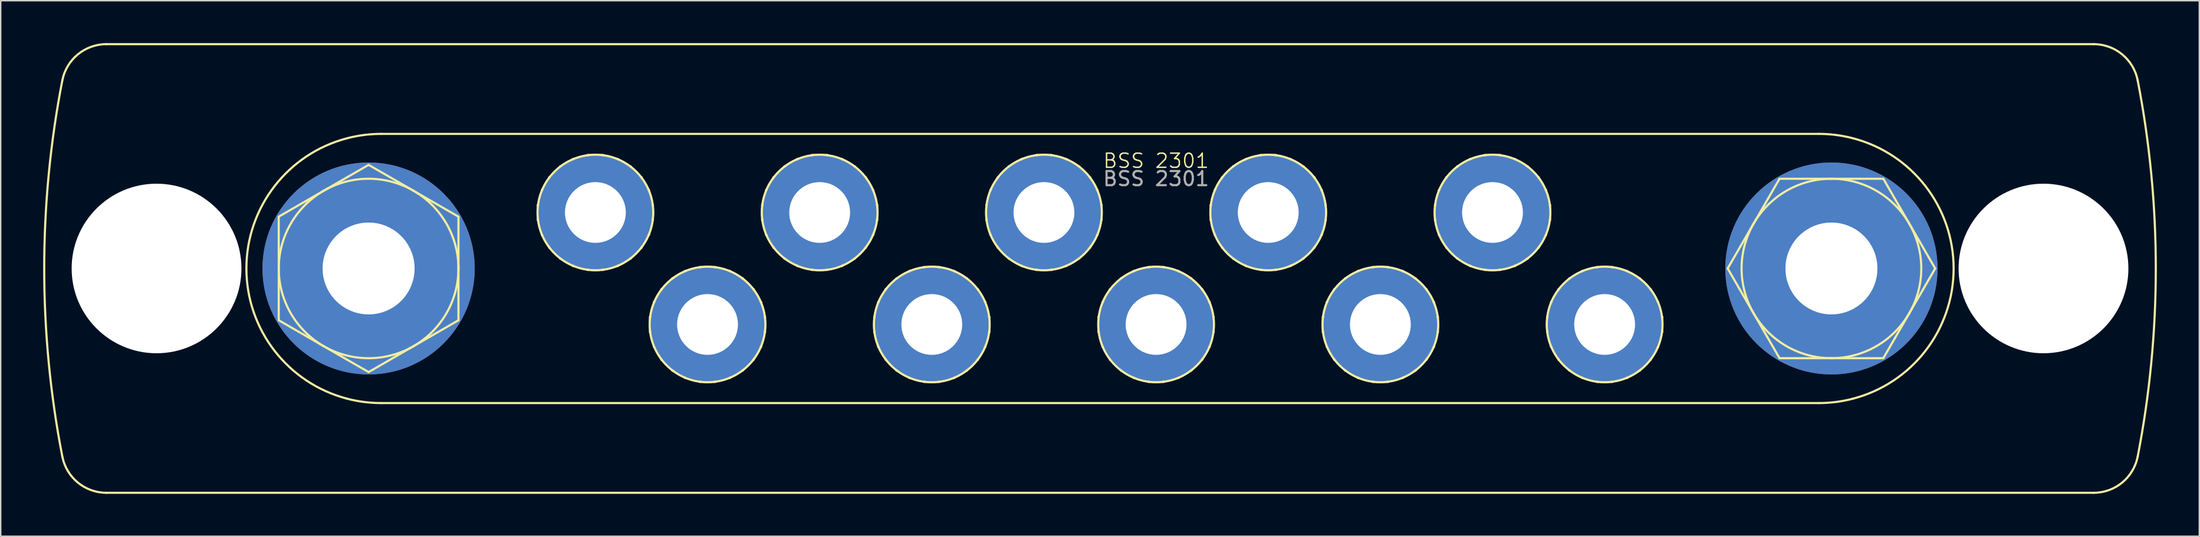
<source format=kicad_pcb>
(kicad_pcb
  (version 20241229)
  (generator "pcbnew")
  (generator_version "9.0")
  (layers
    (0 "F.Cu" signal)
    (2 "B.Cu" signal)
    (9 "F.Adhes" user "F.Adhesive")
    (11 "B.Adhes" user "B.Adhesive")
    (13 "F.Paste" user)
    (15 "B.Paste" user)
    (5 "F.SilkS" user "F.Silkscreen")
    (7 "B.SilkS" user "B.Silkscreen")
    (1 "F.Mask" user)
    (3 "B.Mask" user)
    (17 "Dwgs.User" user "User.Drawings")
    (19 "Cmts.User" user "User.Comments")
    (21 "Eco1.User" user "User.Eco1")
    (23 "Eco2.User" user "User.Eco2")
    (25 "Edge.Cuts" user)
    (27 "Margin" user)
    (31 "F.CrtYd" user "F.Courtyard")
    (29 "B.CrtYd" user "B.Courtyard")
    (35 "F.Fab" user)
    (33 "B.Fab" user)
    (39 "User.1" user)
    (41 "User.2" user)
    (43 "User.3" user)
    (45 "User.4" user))
  (footprint "BSS 2301"
    (layer "F.Cu")
    (at 78.65 15.95)
    (property "Reference" "BSS 2301" (at 0 -7.62 0) (unlocked yes) (layer "F.SilkS") (effects (font (size 1 1) (thickness 0.1))))
    (attr through_hole)
    (fp_line (start -74.181 15.875) (end 66.256 15.875) (stroke (width 0.15) (type solid)) (layer "F.SilkS"))
    (fp_line (start -70.637 0) (end -72.669 0) (stroke (width 0.2) (type solid)) (layer "F.SilkS"))
    (fp_line (start -70.637 0) (end -70.637 -2.032) (stroke (width 0.2) (type solid)) (layer "F.SilkS"))
    (fp_line (start -70.637 0) (end -70.637 2.032) (stroke (width 0.2) (type solid)) (layer "F.SilkS"))
    (fp_line (start -70.637 0) (end -68.605 0) (stroke (width 0.2) (type solid)) (layer "F.SilkS"))
    (fp_line (start -62.001 -3.666) (end -60.454 -4.56) (stroke (width 0.15) (type solid)) (layer "F.SilkS"))
    (fp_line (start -62.001 0) (end -62.001 -3.666) (stroke (width 0.15) (type solid)) (layer "F.SilkS"))
    (fp_line (start -62.001 3.666) (end -62.001 0) (stroke (width 0.15) (type solid)) (layer "F.SilkS"))
    (fp_line (start -60.555 4.501) (end -62.001 3.666) (stroke (width 0.15) (type solid)) (layer "F.SilkS"))
    (fp_line (start -60.454 -4.56) (end -58.826 -5.499) (stroke (width 0.15) (type solid)) (layer "F.SilkS"))
    (fp_line (start -59.102 5.34) (end -60.555 4.501) (stroke (width 0.15) (type solid)) (layer "F.SilkS"))
    (fp_line (start -58.826 -5.499) (end -58.551 -5.658) (stroke (width 0.15) (type solid)) (layer "F.SilkS"))
    (fp_line (start -58.826 5.499) (end -59.102 5.34) (stroke (width 0.15) (type solid)) (layer "F.SilkS"))
    (fp_line (start -58.551 -5.658) (end -57.098 -6.497) (stroke (width 0.15) (type solid)) (layer "F.SilkS"))
    (fp_line (start -57.199 6.439) (end -58.826 5.499) (stroke (width 0.15) (type solid)) (layer "F.SilkS"))
    (fp_line (start -57.098 -6.497) (end -55.651 -7.332) (stroke (width 0.15) (type solid)) (layer "F.SilkS"))
    (fp_line (start -55.651 0) (end -57.683 0) (stroke (width 0.2) (type solid)) (layer "F.SilkS"))
    (fp_line (start -55.651 0) (end -55.651 -2.032) (stroke (width 0.2) (type solid)) (layer "F.SilkS"))
    (fp_line (start -55.651 0) (end -55.651 2.032) (stroke (width 0.2) (type solid)) (layer "F.SilkS"))
    (fp_line (start -55.651 0) (end -53.619 0) (stroke (width 0.2) (type solid)) (layer "F.SilkS"))
    (fp_line (start -55.651 -7.332) (end -52.476 -5.499) (stroke (width 0.15) (type solid)) (layer "F.SilkS"))
    (fp_line (start -55.651 7.332) (end -57.199 6.439) (stroke (width 0.15) (type solid)) (layer "F.SilkS"))
    (fp_line (start -54.762 -9.525) (end 46.838 -9.525) (stroke (width 0.15) (type solid)) (layer "F.SilkS"))
    (fp_line (start -54.205 6.497) (end -55.651 7.332) (stroke (width 0.15) (type solid)) (layer "F.SilkS"))
    (fp_line (start -52.752 5.658) (end -54.205 6.497) (stroke (width 0.15) (type solid)) (layer "F.SilkS"))
    (fp_line (start -52.476 -5.499) (end -52.201 -5.34) (stroke (width 0.15) (type solid)) (layer "F.SilkS"))
    (fp_line (start -52.476 5.499) (end -52.752 5.658) (stroke (width 0.15) (type solid)) (layer "F.SilkS"))
    (fp_line (start -52.201 -5.34) (end -50.748 -4.501) (stroke (width 0.15) (type solid)) (layer "F.SilkS"))
    (fp_line (start -50.849 4.56) (end -52.476 5.499) (stroke (width 0.15) (type solid)) (layer "F.SilkS"))
    (fp_line (start -50.748 -4.501) (end -49.301 -3.666) (stroke (width 0.15) (type solid)) (layer "F.SilkS"))
    (fp_line (start -49.301 0) (end -49.301 -3.666) (stroke (width 0.15) (type solid)) (layer "F.SilkS"))
    (fp_line (start -49.301 3.666) (end -50.849 4.56) (stroke (width 0.15) (type solid)) (layer "F.SilkS"))
    (fp_line (start -49.301 3.666) (end -49.301 0) (stroke (width 0.15) (type solid)) (layer "F.SilkS"))
    (fp_line (start -43.688 -4.417) (end -43.688 -4.501) (stroke (width 0.15) (type solid)) (layer "F.SilkS"))
    (fp_line (start -43.688 -3.424) (end -43.688 -3.507) (stroke (width 0.15) (type solid)) (layer "F.SilkS"))
    (fp_line (start -43.688 -3.424) (end -43.678 -3.423) (stroke (width 0.15) (type solid)) (layer "F.SilkS"))
    (fp_line (start -43.678 -4.502) (end -43.688 -4.501) (stroke (width 0.15) (type solid)) (layer "F.SilkS"))
    (fp_line (start -43.413 -5.528) (end -43.404 -5.522) (stroke (width 0.15) (type solid)) (layer "F.SilkS"))
    (fp_line (start -43.413 -5.528) (end -43.371 -5.6) (stroke (width 0.15) (type solid)) (layer "F.SilkS"))
    (fp_line (start -43.404 -2.402) (end -43.413 -2.397) (stroke (width 0.15) (type solid)) (layer "F.SilkS"))
    (fp_line (start -43.371 -2.325) (end -43.413 -2.397) (stroke (width 0.15) (type solid)) (layer "F.SilkS"))
    (fp_line (start -42.916 -6.389) (end -42.874 -6.461) (stroke (width 0.15) (type solid)) (layer "F.SilkS"))
    (fp_line (start -42.874 -1.464) (end -42.916 -1.536) (stroke (width 0.15) (type solid)) (layer "F.SilkS"))
    (fp_line (start -42.874 -1.464) (end -42.865 -1.469) (stroke (width 0.15) (type solid)) (layer "F.SilkS"))
    (fp_line (start -42.865 -6.456) (end -42.874 -6.461) (stroke (width 0.15) (type solid)) (layer "F.SilkS"))
    (fp_line (start -42.123 -7.213) (end -42.118 -7.203) (stroke (width 0.15) (type solid)) (layer "F.SilkS"))
    (fp_line (start -42.123 -7.213) (end -42.05 -7.254) (stroke (width 0.15) (type solid)) (layer "F.SilkS"))
    (fp_line (start -42.118 -0.721) (end -42.123 -0.712) (stroke (width 0.15) (type solid)) (layer "F.SilkS"))
    (fp_line (start -42.05 -0.67) (end -42.123 -0.712) (stroke (width 0.15) (type solid)) (layer "F.SilkS"))
    (fp_line (start -41.262 -7.709) (end -41.189 -7.751) (stroke (width 0.15) (type solid)) (layer "F.SilkS"))
    (fp_line (start -41.189 -0.173) (end -41.262 -0.215) (stroke (width 0.15) (type solid)) (layer "F.SilkS"))
    (fp_line (start -41.189 -0.173) (end -41.184 -0.182) (stroke (width 0.15) (type solid)) (layer "F.SilkS"))
    (fp_line (start -41.184 -7.743) (end -41.189 -7.751) (stroke (width 0.15) (type solid)) (layer "F.SilkS"))
    (fp_line (start -40.163 0.091) (end -40.163 0.102) (stroke (width 0.15) (type solid)) (layer "F.SilkS"))
    (fp_line (start -40.163 -8.026) (end -40.163 -8.016) (stroke (width 0.15) (type solid)) (layer "F.SilkS"))
    (fp_line (start -40.163 -8.026) (end -40.079 -8.026) (stroke (width 0.15) (type solid)) (layer "F.SilkS"))
    (fp_line (start -40.079 0.102) (end -40.163 0.102) (stroke (width 0.15) (type solid)) (layer "F.SilkS"))
    (fp_line (start -39.624 -3.962) (end -41.656 -3.962) (stroke (width 0.2) (type solid)) (layer "F.SilkS"))
    (fp_line (start -39.624 -3.962) (end -39.624 -5.994) (stroke (width 0.2) (type solid)) (layer "F.SilkS"))
    (fp_line (start -39.624 -3.962) (end -39.624 -1.93) (stroke (width 0.2) (type solid)) (layer "F.SilkS"))
    (fp_line (start -39.624 -3.962) (end -37.592 -3.962) (stroke (width 0.2) (type solid)) (layer "F.SilkS"))
    (fp_line (start -39.169 -8.026) (end -39.085 -8.026) (stroke (width 0.15) (type solid)) (layer "F.SilkS"))
    (fp_line (start -39.085 0.102) (end -39.169 0.102) (stroke (width 0.15) (type solid)) (layer "F.SilkS"))
    (fp_line (start -39.085 0.102) (end -39.085 0.091) (stroke (width 0.15) (type solid)) (layer "F.SilkS"))
    (fp_line (start -39.085 -8.016) (end -39.085 -8.026) (stroke (width 0.15) (type solid)) (layer "F.SilkS"))
    (fp_line (start -38.064 -0.182) (end -38.059 -0.173) (stroke (width 0.15) (type solid)) (layer "F.SilkS"))
    (fp_line (start -38.059 -7.751) (end -38.064 -7.743) (stroke (width 0.15) (type solid)) (layer "F.SilkS"))
    (fp_line (start -38.059 -7.751) (end -37.986 -7.709) (stroke (width 0.15) (type solid)) (layer "F.SilkS"))
    (fp_line (start -37.986 -0.215) (end -38.059 -0.173) (stroke (width 0.15) (type solid)) (layer "F.SilkS"))
    (fp_line (start -37.198 -7.254) (end -37.125 -7.213) (stroke (width 0.15) (type solid)) (layer "F.SilkS"))
    (fp_line (start -37.13 -7.203) (end -37.125 -7.213) (stroke (width 0.15) (type solid)) (layer "F.SilkS"))
    (fp_line (start -37.125 -0.712) (end -37.198 -0.67) (stroke (width 0.15) (type solid)) (layer "F.SilkS"))
    (fp_line (start -37.125 -0.712) (end -37.13 -0.721) (stroke (width 0.15) (type solid)) (layer "F.SilkS"))
    (fp_line (start -36.383 -1.469) (end -36.374 -1.464) (stroke (width 0.15) (type solid)) (layer "F.SilkS"))
    (fp_line (start -36.374 -6.461) (end -36.383 -6.456) (stroke (width 0.15) (type solid)) (layer "F.SilkS"))
    (fp_line (start -36.374 -6.461) (end -36.332 -6.389) (stroke (width 0.15) (type solid)) (layer "F.SilkS"))
    (fp_line (start -36.332 -1.536) (end -36.374 -1.464) (stroke (width 0.15) (type solid)) (layer "F.SilkS"))
    (fp_line (start -35.877 -5.6) (end -35.835 -5.528) (stroke (width 0.15) (type solid)) (layer "F.SilkS"))
    (fp_line (start -35.844 -5.522) (end -35.835 -5.528) (stroke (width 0.15) (type solid)) (layer "F.SilkS"))
    (fp_line (start -35.835 -2.397) (end -35.877 -2.325) (stroke (width 0.15) (type solid)) (layer "F.SilkS"))
    (fp_line (start -35.835 -2.397) (end -35.844 -2.402) (stroke (width 0.15) (type solid)) (layer "F.SilkS"))
    (fp_line (start -35.763 3.507) (end -35.763 3.424) (stroke (width 0.15) (type solid)) (layer "F.SilkS"))
    (fp_line (start -35.763 4.501) (end -35.763 4.417) (stroke (width 0.15) (type solid)) (layer "F.SilkS"))
    (fp_line (start -35.763 4.501) (end -35.753 4.502) (stroke (width 0.15) (type solid)) (layer "F.SilkS"))
    (fp_line (start -35.753 3.423) (end -35.763 3.424) (stroke (width 0.15) (type solid)) (layer "F.SilkS"))
    (fp_line (start -35.57 -3.423) (end -35.56 -3.424) (stroke (width 0.15) (type solid)) (layer "F.SilkS"))
    (fp_line (start -35.56 -4.501) (end -35.57 -4.502) (stroke (width 0.15) (type solid)) (layer "F.SilkS"))
    (fp_line (start -35.56 -4.501) (end -35.56 -4.417) (stroke (width 0.15) (type solid)) (layer "F.SilkS"))
    (fp_line (start -35.56 -3.507) (end -35.56 -3.424) (stroke (width 0.15) (type solid)) (layer "F.SilkS"))
    (fp_line (start -35.488 2.397) (end -35.479 2.402) (stroke (width 0.15) (type solid)) (layer "F.SilkS"))
    (fp_line (start -35.488 2.397) (end -35.446 2.325) (stroke (width 0.15) (type solid)) (layer "F.SilkS"))
    (fp_line (start -35.479 5.522) (end -35.488 5.528) (stroke (width 0.15) (type solid)) (layer "F.SilkS"))
    (fp_line (start -35.446 5.6) (end -35.488 5.528) (stroke (width 0.15) (type solid)) (layer "F.SilkS"))
    (fp_line (start -34.991 1.536) (end -34.949 1.464) (stroke (width 0.15) (type solid)) (layer "F.SilkS"))
    (fp_line (start -34.949 6.461) (end -34.991 6.389) (stroke (width 0.15) (type solid)) (layer "F.SilkS"))
    (fp_line (start -34.949 6.461) (end -34.94 6.456) (stroke (width 0.15) (type solid)) (layer "F.SilkS"))
    (fp_line (start -34.94 1.469) (end -34.949 1.464) (stroke (width 0.15) (type solid)) (layer "F.SilkS"))
    (fp_line (start -34.198 0.712) (end -34.193 0.721) (stroke (width 0.15) (type solid)) (layer "F.SilkS"))
    (fp_line (start -34.198 0.712) (end -34.125 0.67) (stroke (width 0.15) (type solid)) (layer "F.SilkS"))
    (fp_line (start -34.193 7.203) (end -34.198 7.213) (stroke (width 0.15) (type solid)) (layer "F.SilkS"))
    (fp_line (start -34.125 7.254) (end -34.198 7.213) (stroke (width 0.15) (type solid)) (layer "F.SilkS"))
    (fp_line (start -33.337 0.215) (end -33.265 0.173) (stroke (width 0.15) (type solid)) (layer "F.SilkS"))
    (fp_line (start -33.265 7.751) (end -33.337 7.709) (stroke (width 0.15) (type solid)) (layer "F.SilkS"))
    (fp_line (start -33.265 7.751) (end -33.259 7.743) (stroke (width 0.15) (type solid)) (layer "F.SilkS"))
    (fp_line (start -33.259 0.182) (end -33.265 0.173) (stroke (width 0.15) (type solid)) (layer "F.SilkS"))
    (fp_line (start -32.238 8.016) (end -32.238 8.026) (stroke (width 0.15) (type solid)) (layer "F.SilkS"))
    (fp_line (start -32.238 -0.102) (end -32.238 -0.091) (stroke (width 0.15) (type solid)) (layer "F.SilkS"))
    (fp_line (start -32.238 -0.102) (end -32.154 -0.102) (stroke (width 0.15) (type solid)) (layer "F.SilkS"))
    (fp_line (start -32.154 8.026) (end -32.238 8.026) (stroke (width 0.15) (type solid)) (layer "F.SilkS"))
    (fp_line (start -31.699 3.962) (end -33.731 3.962) (stroke (width 0.2) (type solid)) (layer "F.SilkS"))
    (fp_line (start -31.699 3.962) (end -31.699 1.93) (stroke (width 0.2) (type solid)) (layer "F.SilkS"))
    (fp_line (start -31.699 3.962) (end -31.699 5.994) (stroke (width 0.2) (type solid)) (layer "F.SilkS"))
    (fp_line (start -31.699 3.962) (end -29.667 3.962) (stroke (width 0.2) (type solid)) (layer "F.SilkS"))
    (fp_line (start -31.244 -0.102) (end -31.16 -0.102) (stroke (width 0.15) (type solid)) (layer "F.SilkS"))
    (fp_line (start -31.16 8.026) (end -31.244 8.026) (stroke (width 0.15) (type solid)) (layer "F.SilkS"))
    (fp_line (start -31.16 8.026) (end -31.16 8.016) (stroke (width 0.15) (type solid)) (layer "F.SilkS"))
    (fp_line (start -31.16 -0.091) (end -31.16 -0.102) (stroke (width 0.15) (type solid)) (layer "F.SilkS"))
    (fp_line (start -30.139 7.743) (end -30.134 7.751) (stroke (width 0.15) (type solid)) (layer "F.SilkS"))
    (fp_line (start -30.134 0.173) (end -30.139 0.182) (stroke (width 0.15) (type solid)) (layer "F.SilkS"))
    (fp_line (start -30.134 0.173) (end -30.061 0.215) (stroke (width 0.15) (type solid)) (layer "F.SilkS"))
    (fp_line (start -30.061 7.709) (end -30.134 7.751) (stroke (width 0.15) (type solid)) (layer "F.SilkS"))
    (fp_line (start -29.273 0.67) (end -29.201 0.712) (stroke (width 0.15) (type solid)) (layer "F.SilkS"))
    (fp_line (start -29.205 0.721) (end -29.201 0.712) (stroke (width 0.15) (type solid)) (layer "F.SilkS"))
    (fp_line (start -29.201 7.213) (end -29.273 7.254) (stroke (width 0.15) (type solid)) (layer "F.SilkS"))
    (fp_line (start -29.201 7.213) (end -29.205 7.203) (stroke (width 0.15) (type solid)) (layer "F.SilkS"))
    (fp_line (start -28.458 6.456) (end -28.449 6.461) (stroke (width 0.15) (type solid)) (layer "F.SilkS"))
    (fp_line (start -28.449 1.464) (end -28.458 1.469) (stroke (width 0.15) (type solid)) (layer "F.SilkS"))
    (fp_line (start -28.449 1.464) (end -28.407 1.536) (stroke (width 0.15) (type solid)) (layer "F.SilkS"))
    (fp_line (start -28.407 6.389) (end -28.449 6.461) (stroke (width 0.15) (type solid)) (layer "F.SilkS"))
    (fp_line (start -27.952 2.325) (end -27.91 2.397) (stroke (width 0.15) (type solid)) (layer "F.SilkS"))
    (fp_line (start -27.919 2.402) (end -27.91 2.397) (stroke (width 0.15) (type solid)) (layer "F.SilkS"))
    (fp_line (start -27.91 5.528) (end -27.952 5.6) (stroke (width 0.15) (type solid)) (layer "F.SilkS"))
    (fp_line (start -27.91 5.528) (end -27.919 5.522) (stroke (width 0.15) (type solid)) (layer "F.SilkS"))
    (fp_line (start -27.838 -4.417) (end -27.838 -4.501) (stroke (width 0.15) (type solid)) (layer "F.SilkS"))
    (fp_line (start -27.838 -3.424) (end -27.838 -3.507) (stroke (width 0.15) (type solid)) (layer "F.SilkS"))
    (fp_line (start -27.838 -3.424) (end -27.828 -3.423) (stroke (width 0.15) (type solid)) (layer "F.SilkS"))
    (fp_line (start -27.828 -4.502) (end -27.838 -4.501) (stroke (width 0.15) (type solid)) (layer "F.SilkS"))
    (fp_line (start -27.645 4.502) (end -27.635 4.501) (stroke (width 0.15) (type solid)) (layer "F.SilkS"))
    (fp_line (start -27.635 3.424) (end -27.645 3.423) (stroke (width 0.15) (type solid)) (layer "F.SilkS"))
    (fp_line (start -27.635 3.424) (end -27.635 3.507) (stroke (width 0.15) (type solid)) (layer "F.SilkS"))
    (fp_line (start -27.635 4.417) (end -27.635 4.501) (stroke (width 0.15) (type solid)) (layer "F.SilkS"))
    (fp_line (start -27.563 -5.528) (end -27.555 -5.522) (stroke (width 0.15) (type solid)) (layer "F.SilkS"))
    (fp_line (start -27.563 -5.528) (end -27.521 -5.6) (stroke (width 0.15) (type solid)) (layer "F.SilkS"))
    (fp_line (start -27.555 -2.402) (end -27.563 -2.397) (stroke (width 0.15) (type solid)) (layer "F.SilkS"))
    (fp_line (start -27.521 -2.325) (end -27.563 -2.397) (stroke (width 0.15) (type solid)) (layer "F.SilkS"))
    (fp_line (start -27.066 -6.389) (end -27.025 -6.461) (stroke (width 0.15) (type solid)) (layer "F.SilkS"))
    (fp_line (start -27.025 -1.464) (end -27.066 -1.536) (stroke (width 0.15) (type solid)) (layer "F.SilkS"))
    (fp_line (start -27.025 -1.464) (end -27.015 -1.469) (stroke (width 0.15) (type solid)) (layer "F.SilkS"))
    (fp_line (start -27.015 -6.456) (end -27.025 -6.461) (stroke (width 0.15) (type solid)) (layer "F.SilkS"))
    (fp_line (start -26.273 -7.213) (end -26.268 -7.203) (stroke (width 0.15) (type solid)) (layer "F.SilkS"))
    (fp_line (start -26.273 -7.213) (end -26.201 -7.254) (stroke (width 0.15) (type solid)) (layer "F.SilkS"))
    (fp_line (start -26.268 -0.721) (end -26.273 -0.712) (stroke (width 0.15) (type solid)) (layer "F.SilkS"))
    (fp_line (start -26.201 -0.67) (end -26.273 -0.712) (stroke (width 0.15) (type solid)) (layer "F.SilkS"))
    (fp_line (start -25.412 -7.709) (end -25.34 -7.751) (stroke (width 0.15) (type solid)) (layer "F.SilkS"))
    (fp_line (start -25.34 -0.173) (end -25.412 -0.215) (stroke (width 0.15) (type solid)) (layer "F.SilkS"))
    (fp_line (start -25.34 -0.173) (end -25.334 -0.182) (stroke (width 0.15) (type solid)) (layer "F.SilkS"))
    (fp_line (start -25.334 -7.743) (end -25.34 -7.751) (stroke (width 0.15) (type solid)) (layer "F.SilkS"))
    (fp_line (start -24.314 0.091) (end -24.313 0.102) (stroke (width 0.15) (type solid)) (layer "F.SilkS"))
    (fp_line (start -24.313 -8.026) (end -24.314 -8.016) (stroke (width 0.15) (type solid)) (layer "F.SilkS"))
    (fp_line (start -24.313 -8.026) (end -24.229 -8.026) (stroke (width 0.15) (type solid)) (layer "F.SilkS"))
    (fp_line (start -24.229 0.102) (end -24.313 0.102) (stroke (width 0.15) (type solid)) (layer "F.SilkS"))
    (fp_line (start -23.774 -3.962) (end -25.806 -3.962) (stroke (width 0.2) (type solid)) (layer "F.SilkS"))
    (fp_line (start -23.774 -3.962) (end -23.774 -5.994) (stroke (width 0.2) (type solid)) (layer "F.SilkS"))
    (fp_line (start -23.774 -3.962) (end -23.774 -1.93) (stroke (width 0.2) (type solid)) (layer "F.SilkS"))
    (fp_line (start -23.774 -3.962) (end -21.742 -3.962) (stroke (width 0.2) (type solid)) (layer "F.SilkS"))
    (fp_line (start -23.319 -8.026) (end -23.236 -8.026) (stroke (width 0.15) (type solid)) (layer "F.SilkS"))
    (fp_line (start -23.236 0.102) (end -23.319 0.102) (stroke (width 0.15) (type solid)) (layer "F.SilkS"))
    (fp_line (start -23.236 0.102) (end -23.235 0.091) (stroke (width 0.15) (type solid)) (layer "F.SilkS"))
    (fp_line (start -23.235 -8.016) (end -23.236 -8.026) (stroke (width 0.15) (type solid)) (layer "F.SilkS"))
    (fp_line (start -22.214 -0.182) (end -22.209 -0.173) (stroke (width 0.15) (type solid)) (layer "F.SilkS"))
    (fp_line (start -22.209 -7.751) (end -22.214 -7.743) (stroke (width 0.15) (type solid)) (layer "F.SilkS"))
    (fp_line (start -22.209 -7.751) (end -22.137 -7.709) (stroke (width 0.15) (type solid)) (layer "F.SilkS"))
    (fp_line (start -22.137 -0.215) (end -22.209 -0.173) (stroke (width 0.15) (type solid)) (layer "F.SilkS"))
    (fp_line (start -21.348 -7.254) (end -21.276 -7.213) (stroke (width 0.15) (type solid)) (layer "F.SilkS"))
    (fp_line (start -21.281 -7.203) (end -21.276 -7.213) (stroke (width 0.15) (type solid)) (layer "F.SilkS"))
    (fp_line (start -21.276 -0.712) (end -21.348 -0.67) (stroke (width 0.15) (type solid)) (layer "F.SilkS"))
    (fp_line (start -21.276 -0.712) (end -21.281 -0.721) (stroke (width 0.15) (type solid)) (layer "F.SilkS"))
    (fp_line (start -20.533 -1.469) (end -20.524 -1.464) (stroke (width 0.15) (type solid)) (layer "F.SilkS"))
    (fp_line (start -20.524 -6.461) (end -20.533 -6.456) (stroke (width 0.15) (type solid)) (layer "F.SilkS"))
    (fp_line (start -20.524 -6.461) (end -20.482 -6.389) (stroke (width 0.15) (type solid)) (layer "F.SilkS"))
    (fp_line (start -20.482 -1.536) (end -20.524 -1.464) (stroke (width 0.15) (type solid)) (layer "F.SilkS"))
    (fp_line (start -20.027 -5.6) (end -19.985 -5.528) (stroke (width 0.15) (type solid)) (layer "F.SilkS"))
    (fp_line (start -19.994 -5.522) (end -19.985 -5.528) (stroke (width 0.15) (type solid)) (layer "F.SilkS"))
    (fp_line (start -19.985 -2.397) (end -20.027 -2.325) (stroke (width 0.15) (type solid)) (layer "F.SilkS"))
    (fp_line (start -19.985 -2.397) (end -19.994 -2.402) (stroke (width 0.15) (type solid)) (layer "F.SilkS"))
    (fp_line (start -19.914 3.507) (end -19.914 3.424) (stroke (width 0.15) (type solid)) (layer "F.SilkS"))
    (fp_line (start -19.914 4.501) (end -19.914 4.417) (stroke (width 0.15) (type solid)) (layer "F.SilkS"))
    (fp_line (start -19.914 4.501) (end -19.903 4.502) (stroke (width 0.15) (type solid)) (layer "F.SilkS"))
    (fp_line (start -19.903 3.423) (end -19.914 3.424) (stroke (width 0.15) (type solid)) (layer "F.SilkS"))
    (fp_line (start -19.721 -3.423) (end -19.71 -3.424) (stroke (width 0.15) (type solid)) (layer "F.SilkS"))
    (fp_line (start -19.71 -4.501) (end -19.721 -4.502) (stroke (width 0.15) (type solid)) (layer "F.SilkS"))
    (fp_line (start -19.71 -4.501) (end -19.71 -4.417) (stroke (width 0.15) (type solid)) (layer "F.SilkS"))
    (fp_line (start -19.71 -3.507) (end -19.71 -3.424) (stroke (width 0.15) (type solid)) (layer "F.SilkS"))
    (fp_line (start -19.639 2.397) (end -19.63 2.402) (stroke (width 0.15) (type solid)) (layer "F.SilkS"))
    (fp_line (start -19.639 2.397) (end -19.597 2.325) (stroke (width 0.15) (type solid)) (layer "F.SilkS"))
    (fp_line (start -19.63 5.522) (end -19.639 5.528) (stroke (width 0.15) (type solid)) (layer "F.SilkS"))
    (fp_line (start -19.597 5.6) (end -19.639 5.528) (stroke (width 0.15) (type solid)) (layer "F.SilkS"))
    (fp_line (start -19.142 1.536) (end -19.1 1.464) (stroke (width 0.15) (type solid)) (layer "F.SilkS"))
    (fp_line (start -19.1 6.461) (end -19.142 6.389) (stroke (width 0.15) (type solid)) (layer "F.SilkS"))
    (fp_line (start -19.1 6.461) (end -19.091 6.456) (stroke (width 0.15) (type solid)) (layer "F.SilkS"))
    (fp_line (start -19.091 1.469) (end -19.1 1.464) (stroke (width 0.15) (type solid)) (layer "F.SilkS"))
    (fp_line (start -18.348 0.712) (end -18.343 0.721) (stroke (width 0.15) (type solid)) (layer "F.SilkS"))
    (fp_line (start -18.348 0.712) (end -18.276 0.67) (stroke (width 0.15) (type solid)) (layer "F.SilkS"))
    (fp_line (start -18.343 7.203) (end -18.348 7.213) (stroke (width 0.15) (type solid)) (layer "F.SilkS"))
    (fp_line (start -18.276 7.254) (end -18.348 7.213) (stroke (width 0.15) (type solid)) (layer "F.SilkS"))
    (fp_line (start -17.487 0.215) (end -17.415 0.173) (stroke (width 0.15) (type solid)) (layer "F.SilkS"))
    (fp_line (start -17.415 7.751) (end -17.487 7.709) (stroke (width 0.15) (type solid)) (layer "F.SilkS"))
    (fp_line (start -17.415 7.751) (end -17.41 7.743) (stroke (width 0.15) (type solid)) (layer "F.SilkS"))
    (fp_line (start -17.41 0.182) (end -17.415 0.173) (stroke (width 0.15) (type solid)) (layer "F.SilkS"))
    (fp_line (start -16.389 8.016) (end -16.388 8.026) (stroke (width 0.15) (type solid)) (layer "F.SilkS"))
    (fp_line (start -16.388 -0.102) (end -16.389 -0.091) (stroke (width 0.15) (type solid)) (layer "F.SilkS"))
    (fp_line (start -16.388 -0.102) (end -16.305 -0.102) (stroke (width 0.15) (type solid)) (layer "F.SilkS"))
    (fp_line (start -16.305 8.026) (end -16.388 8.026) (stroke (width 0.15) (type solid)) (layer "F.SilkS"))
    (fp_line (start -15.85 3.962) (end -17.882 3.962) (stroke (width 0.2) (type solid)) (layer "F.SilkS"))
    (fp_line (start -15.85 3.962) (end -15.85 1.93) (stroke (width 0.2) (type solid)) (layer "F.SilkS"))
    (fp_line (start -15.85 3.962) (end -15.85 5.994) (stroke (width 0.2) (type solid)) (layer "F.SilkS"))
    (fp_line (start -15.85 3.962) (end -13.818 3.962) (stroke (width 0.2) (type solid)) (layer "F.SilkS"))
    (fp_line (start -15.395 -0.102) (end -15.311 -0.102) (stroke (width 0.15) (type solid)) (layer "F.SilkS"))
    (fp_line (start -15.311 8.026) (end -15.395 8.026) (stroke (width 0.15) (type solid)) (layer "F.SilkS"))
    (fp_line (start -15.311 8.026) (end -15.31 8.016) (stroke (width 0.15) (type solid)) (layer "F.SilkS"))
    (fp_line (start -15.31 -0.091) (end -15.311 -0.102) (stroke (width 0.15) (type solid)) (layer "F.SilkS"))
    (fp_line (start -14.29 7.743) (end -14.284 7.751) (stroke (width 0.15) (type solid)) (layer "F.SilkS"))
    (fp_line (start -14.284 0.173) (end -14.29 0.182) (stroke (width 0.15) (type solid)) (layer "F.SilkS"))
    (fp_line (start -14.284 0.173) (end -14.212 0.215) (stroke (width 0.15) (type solid)) (layer "F.SilkS"))
    (fp_line (start -14.212 7.709) (end -14.284 7.751) (stroke (width 0.15) (type solid)) (layer "F.SilkS"))
    (fp_line (start -13.423 0.67) (end -13.351 0.712) (stroke (width 0.15) (type solid)) (layer "F.SilkS"))
    (fp_line (start -13.356 0.721) (end -13.351 0.712) (stroke (width 0.15) (type solid)) (layer "F.SilkS"))
    (fp_line (start -13.351 7.213) (end -13.423 7.254) (stroke (width 0.15) (type solid)) (layer "F.SilkS"))
    (fp_line (start -13.351 7.213) (end -13.356 7.203) (stroke (width 0.15) (type solid)) (layer "F.SilkS"))
    (fp_line (start -12.609 6.456) (end -12.599 6.461) (stroke (width 0.15) (type solid)) (layer "F.SilkS"))
    (fp_line (start -12.599 1.464) (end -12.609 1.469) (stroke (width 0.15) (type solid)) (layer "F.SilkS"))
    (fp_line (start -12.599 1.464) (end -12.558 1.536) (stroke (width 0.15) (type solid)) (layer "F.SilkS"))
    (fp_line (start -12.558 6.389) (end -12.599 6.461) (stroke (width 0.15) (type solid)) (layer "F.SilkS"))
    (fp_line (start -12.103 2.325) (end -12.061 2.397) (stroke (width 0.15) (type solid)) (layer "F.SilkS"))
    (fp_line (start -12.069 2.402) (end -12.061 2.397) (stroke (width 0.15) (type solid)) (layer "F.SilkS"))
    (fp_line (start -12.061 5.528) (end -12.103 5.6) (stroke (width 0.15) (type solid)) (layer "F.SilkS"))
    (fp_line (start -12.061 5.528) (end -12.069 5.522) (stroke (width 0.15) (type solid)) (layer "F.SilkS"))
    (fp_line (start -11.989 -4.417) (end -11.989 -4.501) (stroke (width 0.15) (type solid)) (layer "F.SilkS"))
    (fp_line (start -11.989 -3.424) (end -11.989 -3.507) (stroke (width 0.15) (type solid)) (layer "F.SilkS"))
    (fp_line (start -11.989 -3.424) (end -11.979 -3.423) (stroke (width 0.15) (type solid)) (layer "F.SilkS"))
    (fp_line (start -11.979 -4.502) (end -11.989 -4.501) (stroke (width 0.15) (type solid)) (layer "F.SilkS"))
    (fp_line (start -11.796 4.502) (end -11.786 4.501) (stroke (width 0.15) (type solid)) (layer "F.SilkS"))
    (fp_line (start -11.786 3.424) (end -11.796 3.423) (stroke (width 0.15) (type solid)) (layer "F.SilkS"))
    (fp_line (start -11.786 3.424) (end -11.786 3.507) (stroke (width 0.15) (type solid)) (layer "F.SilkS"))
    (fp_line (start -11.786 4.417) (end -11.786 4.501) (stroke (width 0.15) (type solid)) (layer "F.SilkS"))
    (fp_line (start -11.714 -5.528) (end -11.705 -5.522) (stroke (width 0.15) (type solid)) (layer "F.SilkS"))
    (fp_line (start -11.714 -5.528) (end -11.672 -5.6) (stroke (width 0.15) (type solid)) (layer "F.SilkS"))
    (fp_line (start -11.705 -2.402) (end -11.714 -2.397) (stroke (width 0.15) (type solid)) (layer "F.SilkS"))
    (fp_line (start -11.672 -2.325) (end -11.714 -2.397) (stroke (width 0.15) (type solid)) (layer "F.SilkS"))
    (fp_line (start -11.217 -6.389) (end -11.175 -6.461) (stroke (width 0.15) (type solid)) (layer "F.SilkS"))
    (fp_line (start -11.175 -1.464) (end -11.217 -1.536) (stroke (width 0.15) (type solid)) (layer "F.SilkS"))
    (fp_line (start -11.175 -1.464) (end -11.166 -1.469) (stroke (width 0.15) (type solid)) (layer "F.SilkS"))
    (fp_line (start -11.166 -6.456) (end -11.175 -6.461) (stroke (width 0.15) (type solid)) (layer "F.SilkS"))
    (fp_line (start -10.423 -7.213) (end -10.419 -7.203) (stroke (width 0.15) (type solid)) (layer "F.SilkS"))
    (fp_line (start -10.423 -7.213) (end -10.351 -7.254) (stroke (width 0.15) (type solid)) (layer "F.SilkS"))
    (fp_line (start -10.419 -0.721) (end -10.423 -0.712) (stroke (width 0.15) (type solid)) (layer "F.SilkS"))
    (fp_line (start -10.351 -0.67) (end -10.423 -0.712) (stroke (width 0.15) (type solid)) (layer "F.SilkS"))
    (fp_line (start -9.563 -7.709) (end -9.49 -7.751) (stroke (width 0.15) (type solid)) (layer "F.SilkS"))
    (fp_line (start -9.49 -0.173) (end -9.563 -0.215) (stroke (width 0.15) (type solid)) (layer "F.SilkS"))
    (fp_line (start -9.49 -0.173) (end -9.485 -0.182) (stroke (width 0.15) (type solid)) (layer "F.SilkS"))
    (fp_line (start -9.485 -7.743) (end -9.49 -7.751) (stroke (width 0.15) (type solid)) (layer "F.SilkS"))
    (fp_line (start -8.464 0.091) (end -8.464 0.102) (stroke (width 0.15) (type solid)) (layer "F.SilkS"))
    (fp_line (start -8.464 -8.026) (end -8.464 -8.016) (stroke (width 0.15) (type solid)) (layer "F.SilkS"))
    (fp_line (start -8.464 -8.026) (end -8.38 -8.026) (stroke (width 0.15) (type solid)) (layer "F.SilkS"))
    (fp_line (start -8.38 0.102) (end -8.464 0.102) (stroke (width 0.15) (type solid)) (layer "F.SilkS"))
    (fp_line (start -7.925 -3.962) (end -9.957 -3.962) (stroke (width 0.2) (type solid)) (layer "F.SilkS"))
    (fp_line (start -7.925 -3.962) (end -7.925 -5.994) (stroke (width 0.2) (type solid)) (layer "F.SilkS"))
    (fp_line (start -7.925 -3.962) (end -7.925 -1.93) (stroke (width 0.2) (type solid)) (layer "F.SilkS"))
    (fp_line (start -7.925 -3.962) (end -5.893 -3.962) (stroke (width 0.2) (type solid)) (layer "F.SilkS"))
    (fp_line (start -7.47 -8.026) (end -7.386 -8.026) (stroke (width 0.15) (type solid)) (layer "F.SilkS"))
    (fp_line (start -7.386 0.102) (end -7.47 0.102) (stroke (width 0.15) (type solid)) (layer "F.SilkS"))
    (fp_line (start -7.386 0.102) (end -7.386 0.091) (stroke (width 0.15) (type solid)) (layer "F.SilkS"))
    (fp_line (start -7.386 -8.016) (end -7.386 -8.026) (stroke (width 0.15) (type solid)) (layer "F.SilkS"))
    (fp_line (start -6.365 -0.182) (end -6.359 -0.173) (stroke (width 0.15) (type solid)) (layer "F.SilkS"))
    (fp_line (start -6.359 -7.751) (end -6.365 -7.743) (stroke (width 0.15) (type solid)) (layer "F.SilkS"))
    (fp_line (start -6.359 -7.751) (end -6.287 -7.709) (stroke (width 0.15) (type solid)) (layer "F.SilkS"))
    (fp_line (start -6.287 -0.215) (end -6.359 -0.173) (stroke (width 0.15) (type solid)) (layer "F.SilkS"))
    (fp_line (start -5.499 -7.254) (end -5.426 -7.213) (stroke (width 0.15) (type solid)) (layer "F.SilkS"))
    (fp_line (start -5.431 -7.203) (end -5.426 -7.213) (stroke (width 0.15) (type solid)) (layer "F.SilkS"))
    (fp_line (start -5.426 -0.712) (end -5.499 -0.67) (stroke (width 0.15) (type solid)) (layer "F.SilkS"))
    (fp_line (start -5.426 -0.712) (end -5.431 -0.721) (stroke (width 0.15) (type solid)) (layer "F.SilkS"))
    (fp_line (start -4.684 -1.469) (end -4.675 -1.464) (stroke (width 0.15) (type solid)) (layer "F.SilkS"))
    (fp_line (start -4.675 -6.461) (end -4.684 -6.456) (stroke (width 0.15) (type solid)) (layer "F.SilkS"))
    (fp_line (start -4.675 -6.461) (end -4.633 -6.389) (stroke (width 0.15) (type solid)) (layer "F.SilkS"))
    (fp_line (start -4.633 -1.536) (end -4.675 -1.464) (stroke (width 0.15) (type solid)) (layer "F.SilkS"))
    (fp_line (start -4.178 -5.6) (end -4.136 -5.528) (stroke (width 0.15) (type solid)) (layer "F.SilkS"))
    (fp_line (start -4.145 -5.522) (end -4.136 -5.528) (stroke (width 0.15) (type solid)) (layer "F.SilkS"))
    (fp_line (start -4.136 -2.397) (end -4.178 -2.325) (stroke (width 0.15) (type solid)) (layer "F.SilkS"))
    (fp_line (start -4.136 -2.397) (end -4.145 -2.402) (stroke (width 0.15) (type solid)) (layer "F.SilkS"))
    (fp_line (start -4.064 3.507) (end -4.064 3.424) (stroke (width 0.15) (type solid)) (layer "F.SilkS"))
    (fp_line (start -4.064 4.501) (end -4.064 4.417) (stroke (width 0.15) (type solid)) (layer "F.SilkS"))
    (fp_line (start -4.064 4.501) (end -4.054 4.502) (stroke (width 0.15) (type solid)) (layer "F.SilkS"))
    (fp_line (start -4.054 3.423) (end -4.064 3.424) (stroke (width 0.15) (type solid)) (layer "F.SilkS"))
    (fp_line (start -3.871 -3.423) (end -3.861 -3.424) (stroke (width 0.15) (type solid)) (layer "F.SilkS"))
    (fp_line (start -3.861 -4.501) (end -3.871 -4.502) (stroke (width 0.15) (type solid)) (layer "F.SilkS"))
    (fp_line (start -3.861 -4.501) (end -3.861 -4.417) (stroke (width 0.15) (type solid)) (layer "F.SilkS"))
    (fp_line (start -3.861 -3.507) (end -3.861 -3.424) (stroke (width 0.15) (type solid)) (layer "F.SilkS"))
    (fp_line (start -3.789 2.397) (end -3.78 2.402) (stroke (width 0.15) (type solid)) (layer "F.SilkS"))
    (fp_line (start -3.789 2.397) (end -3.747 2.325) (stroke (width 0.15) (type solid)) (layer "F.SilkS"))
    (fp_line (start -3.78 5.522) (end -3.789 5.528) (stroke (width 0.15) (type solid)) (layer "F.SilkS"))
    (fp_line (start -3.747 5.6) (end -3.789 5.528) (stroke (width 0.15) (type solid)) (layer "F.SilkS"))
    (fp_line (start -3.292 1.536) (end -3.25 1.464) (stroke (width 0.15) (type solid)) (layer "F.SilkS"))
    (fp_line (start -3.25 6.461) (end -3.292 6.389) (stroke (width 0.15) (type solid)) (layer "F.SilkS"))
    (fp_line (start -3.25 6.461) (end -3.241 6.456) (stroke (width 0.15) (type solid)) (layer "F.SilkS"))
    (fp_line (start -3.241 1.469) (end -3.25 1.464) (stroke (width 0.15) (type solid)) (layer "F.SilkS"))
    (fp_line (start -2.499 0.712) (end -2.494 0.721) (stroke (width 0.15) (type solid)) (layer "F.SilkS"))
    (fp_line (start -2.499 0.712) (end -2.426 0.67) (stroke (width 0.15) (type solid)) (layer "F.SilkS"))
    (fp_line (start -2.494 7.203) (end -2.499 7.213) (stroke (width 0.15) (type solid)) (layer "F.SilkS"))
    (fp_line (start -2.426 7.254) (end -2.499 7.213) (stroke (width 0.15) (type solid)) (layer "F.SilkS"))
    (fp_line (start -1.638 0.215) (end -1.565 0.173) (stroke (width 0.15) (type solid)) (layer "F.SilkS"))
    (fp_line (start -1.565 7.751) (end -1.638 7.709) (stroke (width 0.15) (type solid)) (layer "F.SilkS"))
    (fp_line (start -1.565 7.751) (end -1.56 7.743) (stroke (width 0.15) (type solid)) (layer "F.SilkS"))
    (fp_line (start -1.56 0.182) (end -1.565 0.173) (stroke (width 0.15) (type solid)) (layer "F.SilkS"))
    (fp_line (start -0.539 8.016) (end -0.539 8.026) (stroke (width 0.15) (type solid)) (layer "F.SilkS"))
    (fp_line (start -0.539 -0.102) (end -0.539 -0.091) (stroke (width 0.15) (type solid)) (layer "F.SilkS"))
    (fp_line (start -0.539 -0.102) (end -0.455 -0.102) (stroke (width 0.15) (type solid)) (layer "F.SilkS"))
    (fp_line (start -0.455 8.026) (end -0.539 8.026) (stroke (width 0.15) (type solid)) (layer "F.SilkS"))
    (fp_line (start 0 3.962) (end -2.032 3.962) (stroke (width 0.2) (type solid)) (layer "F.SilkS"))
    (fp_line (start 0 3.962) (end 0 1.93) (stroke (width 0.2) (type solid)) (layer "F.SilkS"))
    (fp_line (start 0 3.962) (end 0 5.994) (stroke (width 0.2) (type solid)) (layer "F.SilkS"))
    (fp_line (start 0 3.962) (end 2.032 3.962) (stroke (width 0.2) (type solid)) (layer "F.SilkS"))
    (fp_line (start 0.455 -0.102) (end 0.539 -0.102) (stroke (width 0.15) (type solid)) (layer "F.SilkS"))
    (fp_line (start 0.539 8.026) (end 0.455 8.026) (stroke (width 0.15) (type solid)) (layer "F.SilkS"))
    (fp_line (start 0.539 8.026) (end 0.539 8.016) (stroke (width 0.15) (type solid)) (layer "F.SilkS"))
    (fp_line (start 0.539 -0.091) (end 0.539 -0.102) (stroke (width 0.15) (type solid)) (layer "F.SilkS"))
    (fp_line (start 1.56 7.743) (end 1.565 7.751) (stroke (width 0.15) (type solid)) (layer "F.SilkS"))
    (fp_line (start 1.565 0.173) (end 1.56 0.182) (stroke (width 0.15) (type solid)) (layer "F.SilkS"))
    (fp_line (start 1.565 0.173) (end 1.638 0.215) (stroke (width 0.15) (type solid)) (layer "F.SilkS"))
    (fp_line (start 1.638 7.709) (end 1.565 7.751) (stroke (width 0.15) (type solid)) (layer "F.SilkS"))
    (fp_line (start 2.426 0.67) (end 2.499 0.712) (stroke (width 0.15) (type solid)) (layer "F.SilkS"))
    (fp_line (start 2.494 0.721) (end 2.499 0.712) (stroke (width 0.15) (type solid)) (layer "F.SilkS"))
    (fp_line (start 2.499 7.213) (end 2.426 7.254) (stroke (width 0.15) (type solid)) (layer "F.SilkS"))
    (fp_line (start 2.499 7.213) (end 2.494 7.203) (stroke (width 0.15) (type solid)) (layer "F.SilkS"))
    (fp_line (start 3.241 6.456) (end 3.25 6.461) (stroke (width 0.15) (type solid)) (layer "F.SilkS"))
    (fp_line (start 3.25 1.464) (end 3.241 1.469) (stroke (width 0.15) (type solid)) (layer "F.SilkS"))
    (fp_line (start 3.25 1.464) (end 3.292 1.536) (stroke (width 0.15) (type solid)) (layer "F.SilkS"))
    (fp_line (start 3.292 6.389) (end 3.25 6.461) (stroke (width 0.15) (type solid)) (layer "F.SilkS"))
    (fp_line (start 3.747 2.325) (end 3.789 2.397) (stroke (width 0.15) (type solid)) (layer "F.SilkS"))
    (fp_line (start 3.78 2.402) (end 3.789 2.397) (stroke (width 0.15) (type solid)) (layer "F.SilkS"))
    (fp_line (start 3.789 5.528) (end 3.747 5.6) (stroke (width 0.15) (type solid)) (layer "F.SilkS"))
    (fp_line (start 3.789 5.528) (end 3.78 5.522) (stroke (width 0.15) (type solid)) (layer "F.SilkS"))
    (fp_line (start 3.861 -4.417) (end 3.861 -4.501) (stroke (width 0.15) (type solid)) (layer "F.SilkS"))
    (fp_line (start 3.861 -3.424) (end 3.861 -3.507) (stroke (width 0.15) (type solid)) (layer "F.SilkS"))
    (fp_line (start 3.861 -3.424) (end 3.871 -3.423) (stroke (width 0.15) (type solid)) (layer "F.SilkS"))
    (fp_line (start 3.871 -4.502) (end 3.861 -4.501) (stroke (width 0.15) (type solid)) (layer "F.SilkS"))
    (fp_line (start 4.054 4.502) (end 4.064 4.501) (stroke (width 0.15) (type solid)) (layer "F.SilkS"))
    (fp_line (start 4.064 3.424) (end 4.054 3.423) (stroke (width 0.15) (type solid)) (layer "F.SilkS"))
    (fp_line (start 4.064 3.424) (end 4.064 3.507) (stroke (width 0.15) (type solid)) (layer "F.SilkS"))
    (fp_line (start 4.064 4.417) (end 4.064 4.501) (stroke (width 0.15) (type solid)) (layer "F.SilkS"))
    (fp_line (start 4.136 -5.528) (end 4.145 -5.522) (stroke (width 0.15) (type solid)) (layer "F.SilkS"))
    (fp_line (start 4.136 -5.528) (end 4.178 -5.6) (stroke (width 0.15) (type solid)) (layer "F.SilkS"))
    (fp_line (start 4.145 -2.402) (end 4.136 -2.397) (stroke (width 0.15) (type solid)) (layer "F.SilkS"))
    (fp_line (start 4.178 -2.325) (end 4.136 -2.397) (stroke (width 0.15) (type solid)) (layer "F.SilkS"))
    (fp_line (start 4.633 -6.389) (end 4.675 -6.461) (stroke (width 0.15) (type solid)) (layer "F.SilkS"))
    (fp_line (start 4.675 -1.464) (end 4.633 -1.536) (stroke (width 0.15) (type solid)) (layer "F.SilkS"))
    (fp_line (start 4.675 -1.464) (end 4.684 -1.469) (stroke (width 0.15) (type solid)) (layer "F.SilkS"))
    (fp_line (start 4.684 -6.456) (end 4.675 -6.461) (stroke (width 0.15) (type solid)) (layer "F.SilkS"))
    (fp_line (start 5.426 -7.213) (end 5.431 -7.203) (stroke (width 0.15) (type solid)) (layer "F.SilkS"))
    (fp_line (start 5.426 -7.213) (end 5.499 -7.254) (stroke (width 0.15) (type solid)) (layer "F.SilkS"))
    (fp_line (start 5.431 -0.721) (end 5.426 -0.712) (stroke (width 0.15) (type solid)) (layer "F.SilkS"))
    (fp_line (start 5.499 -0.67) (end 5.426 -0.712) (stroke (width 0.15) (type solid)) (layer "F.SilkS"))
    (fp_line (start 6.287 -7.709) (end 6.359 -7.751) (stroke (width 0.15) (type solid)) (layer "F.SilkS"))
    (fp_line (start 6.359 -0.173) (end 6.287 -0.215) (stroke (width 0.15) (type solid)) (layer "F.SilkS"))
    (fp_line (start 6.359 -0.173) (end 6.365 -0.182) (stroke (width 0.15) (type solid)) (layer "F.SilkS"))
    (fp_line (start 6.365 -7.743) (end 6.359 -7.751) (stroke (width 0.15) (type solid)) (layer "F.SilkS"))
    (fp_line (start 7.386 0.091) (end 7.386 0.102) (stroke (width 0.15) (type solid)) (layer "F.SilkS"))
    (fp_line (start 7.386 -8.026) (end 7.386 -8.016) (stroke (width 0.15) (type solid)) (layer "F.SilkS"))
    (fp_line (start 7.386 -8.026) (end 7.47 -8.026) (stroke (width 0.15) (type solid)) (layer "F.SilkS"))
    (fp_line (start 7.47 0.102) (end 7.386 0.102) (stroke (width 0.15) (type solid)) (layer "F.SilkS"))
    (fp_line (start 7.925 -3.962) (end 5.893 -3.962) (stroke (width 0.2) (type solid)) (layer "F.SilkS"))
    (fp_line (start 7.925 -3.962) (end 7.925 -5.994) (stroke (width 0.2) (type solid)) (layer "F.SilkS"))
    (fp_line (start 7.925 -3.962) (end 7.925 -1.93) (stroke (width 0.2) (type solid)) (layer "F.SilkS"))
    (fp_line (start 7.925 -3.962) (end 9.957 -3.962) (stroke (width 0.2) (type solid)) (layer "F.SilkS"))
    (fp_line (start 8.38 -8.026) (end 8.464 -8.026) (stroke (width 0.15) (type solid)) (layer "F.SilkS"))
    (fp_line (start 8.464 0.102) (end 8.38 0.102) (stroke (width 0.15) (type solid)) (layer "F.SilkS"))
    (fp_line (start 8.464 0.102) (end 8.464 0.091) (stroke (width 0.15) (type solid)) (layer "F.SilkS"))
    (fp_line (start 8.464 -8.016) (end 8.464 -8.026) (stroke (width 0.15) (type solid)) (layer "F.SilkS"))
    (fp_line (start 9.485 -0.182) (end 9.49 -0.173) (stroke (width 0.15) (type solid)) (layer "F.SilkS"))
    (fp_line (start 9.49 -7.751) (end 9.485 -7.743) (stroke (width 0.15) (type solid)) (layer "F.SilkS"))
    (fp_line (start 9.49 -7.751) (end 9.563 -7.709) (stroke (width 0.15) (type solid)) (layer "F.SilkS"))
    (fp_line (start 9.563 -0.215) (end 9.49 -0.173) (stroke (width 0.15) (type solid)) (layer "F.SilkS"))
    (fp_line (start 10.351 -7.254) (end 10.423 -7.213) (stroke (width 0.15) (type solid)) (layer "F.SilkS"))
    (fp_line (start 10.419 -7.203) (end 10.423 -7.213) (stroke (width 0.15) (type solid)) (layer "F.SilkS"))
    (fp_line (start 10.423 -0.712) (end 10.351 -0.67) (stroke (width 0.15) (type solid)) (layer "F.SilkS"))
    (fp_line (start 10.423 -0.712) (end 10.419 -0.721) (stroke (width 0.15) (type solid)) (layer "F.SilkS"))
    (fp_line (start 11.166 -1.469) (end 11.175 -1.464) (stroke (width 0.15) (type solid)) (layer "F.SilkS"))
    (fp_line (start 11.175 -6.461) (end 11.166 -6.456) (stroke (width 0.15) (type solid)) (layer "F.SilkS"))
    (fp_line (start 11.175 -6.461) (end 11.217 -6.389) (stroke (width 0.15) (type solid)) (layer "F.SilkS"))
    (fp_line (start 11.217 -1.536) (end 11.175 -1.464) (stroke (width 0.15) (type solid)) (layer "F.SilkS"))
    (fp_line (start 11.672 -5.6) (end 11.714 -5.528) (stroke (width 0.15) (type solid)) (layer "F.SilkS"))
    (fp_line (start 11.705 -5.522) (end 11.714 -5.528) (stroke (width 0.15) (type solid)) (layer "F.SilkS"))
    (fp_line (start 11.714 -2.397) (end 11.672 -2.325) (stroke (width 0.15) (type solid)) (layer "F.SilkS"))
    (fp_line (start 11.714 -2.397) (end 11.705 -2.402) (stroke (width 0.15) (type solid)) (layer "F.SilkS"))
    (fp_line (start 11.786 3.507) (end 11.786 3.424) (stroke (width 0.15) (type solid)) (layer "F.SilkS"))
    (fp_line (start 11.786 4.501) (end 11.786 4.417) (stroke (width 0.15) (type solid)) (layer "F.SilkS"))
    (fp_line (start 11.786 4.501) (end 11.796 4.502) (stroke (width 0.15) (type solid)) (layer "F.SilkS"))
    (fp_line (start 11.796 3.423) (end 11.786 3.424) (stroke (width 0.15) (type solid)) (layer "F.SilkS"))
    (fp_line (start 11.979 -3.423) (end 11.989 -3.424) (stroke (width 0.15) (type solid)) (layer "F.SilkS"))
    (fp_line (start 11.989 -4.501) (end 11.979 -4.502) (stroke (width 0.15) (type solid)) (layer "F.SilkS"))
    (fp_line (start 11.989 -4.501) (end 11.989 -4.417) (stroke (width 0.15) (type solid)) (layer "F.SilkS"))
    (fp_line (start 11.989 -3.507) (end 11.989 -3.424) (stroke (width 0.15) (type solid)) (layer "F.SilkS"))
    (fp_line (start 12.061 2.397) (end 12.069 2.402) (stroke (width 0.15) (type solid)) (layer "F.SilkS"))
    (fp_line (start 12.061 2.397) (end 12.103 2.325) (stroke (width 0.15) (type solid)) (layer "F.SilkS"))
    (fp_line (start 12.069 5.522) (end 12.061 5.528) (stroke (width 0.15) (type solid)) (layer "F.SilkS"))
    (fp_line (start 12.103 5.6) (end 12.061 5.528) (stroke (width 0.15) (type solid)) (layer "F.SilkS"))
    (fp_line (start 12.558 1.536) (end 12.599 1.464) (stroke (width 0.15) (type solid)) (layer "F.SilkS"))
    (fp_line (start 12.599 6.461) (end 12.558 6.389) (stroke (width 0.15) (type solid)) (layer "F.SilkS"))
    (fp_line (start 12.599 6.461) (end 12.609 6.456) (stroke (width 0.15) (type solid)) (layer "F.SilkS"))
    (fp_line (start 12.609 1.469) (end 12.599 1.464) (stroke (width 0.15) (type solid)) (layer "F.SilkS"))
    (fp_line (start 13.351 0.712) (end 13.356 0.721) (stroke (width 0.15) (type solid)) (layer "F.SilkS"))
    (fp_line (start 13.351 0.712) (end 13.423 0.67) (stroke (width 0.15) (type solid)) (layer "F.SilkS"))
    (fp_line (start 13.356 7.203) (end 13.351 7.213) (stroke (width 0.15) (type solid)) (layer "F.SilkS"))
    (fp_line (start 13.423 7.254) (end 13.351 7.213) (stroke (width 0.15) (type solid)) (layer "F.SilkS"))
    (fp_line (start 14.212 0.215) (end 14.284 0.173) (stroke (width 0.15) (type solid)) (layer "F.SilkS"))
    (fp_line (start 14.284 7.751) (end 14.212 7.709) (stroke (width 0.15) (type solid)) (layer "F.SilkS"))
    (fp_line (start 14.284 7.751) (end 14.29 7.743) (stroke (width 0.15) (type solid)) (layer "F.SilkS"))
    (fp_line (start 14.29 0.182) (end 14.284 0.173) (stroke (width 0.15) (type solid)) (layer "F.SilkS"))
    (fp_line (start 15.31 8.016) (end 15.311 8.026) (stroke (width 0.15) (type solid)) (layer "F.SilkS"))
    (fp_line (start 15.311 -0.102) (end 15.31 -0.091) (stroke (width 0.15) (type solid)) (layer "F.SilkS"))
    (fp_line (start 15.311 -0.102) (end 15.395 -0.102) (stroke (width 0.15) (type solid)) (layer "F.SilkS"))
    (fp_line (start 15.395 8.026) (end 15.311 8.026) (stroke (width 0.15) (type solid)) (layer "F.SilkS"))
    (fp_line (start 15.85 3.962) (end 13.818 3.962) (stroke (width 0.2) (type solid)) (layer "F.SilkS"))
    (fp_line (start 15.85 3.962) (end 15.85 1.93) (stroke (width 0.2) (type solid)) (layer "F.SilkS"))
    (fp_line (start 15.85 3.962) (end 15.85 5.994) (stroke (width 0.2) (type solid)) (layer "F.SilkS"))
    (fp_line (start 15.85 3.962) (end 17.882 3.962) (stroke (width 0.2) (type solid)) (layer "F.SilkS"))
    (fp_line (start 16.305 -0.102) (end 16.388 -0.102) (stroke (width 0.15) (type solid)) (layer "F.SilkS"))
    (fp_line (start 16.388 8.026) (end 16.305 8.026) (stroke (width 0.15) (type solid)) (layer "F.SilkS"))
    (fp_line (start 16.388 8.026) (end 16.389 8.016) (stroke (width 0.15) (type solid)) (layer "F.SilkS"))
    (fp_line (start 16.389 -0.091) (end 16.388 -0.102) (stroke (width 0.15) (type solid)) (layer "F.SilkS"))
    (fp_line (start 17.41 7.743) (end 17.415 7.751) (stroke (width 0.15) (type solid)) (layer "F.SilkS"))
    (fp_line (start 17.415 0.173) (end 17.41 0.182) (stroke (width 0.15) (type solid)) (layer "F.SilkS"))
    (fp_line (start 17.415 0.173) (end 17.487 0.215) (stroke (width 0.15) (type solid)) (layer "F.SilkS"))
    (fp_line (start 17.487 7.709) (end 17.415 7.751) (stroke (width 0.15) (type solid)) (layer "F.SilkS"))
    (fp_line (start 18.276 0.67) (end 18.348 0.712) (stroke (width 0.15) (type solid)) (layer "F.SilkS"))
    (fp_line (start 18.343 0.721) (end 18.348 0.712) (stroke (width 0.15) (type solid)) (layer "F.SilkS"))
    (fp_line (start 18.348 7.213) (end 18.276 7.254) (stroke (width 0.15) (type solid)) (layer "F.SilkS"))
    (fp_line (start 18.348 7.213) (end 18.343 7.203) (stroke (width 0.15) (type solid)) (layer "F.SilkS"))
    (fp_line (start 19.091 6.456) (end 19.1 6.461) (stroke (width 0.15) (type solid)) (layer "F.SilkS"))
    (fp_line (start 19.1 1.464) (end 19.091 1.469) (stroke (width 0.15) (type solid)) (layer "F.SilkS"))
    (fp_line (start 19.1 1.464) (end 19.142 1.536) (stroke (width 0.15) (type solid)) (layer "F.SilkS"))
    (fp_line (start 19.142 6.389) (end 19.1 6.461) (stroke (width 0.15) (type solid)) (layer "F.SilkS"))
    (fp_line (start 19.597 2.325) (end 19.639 2.397) (stroke (width 0.15) (type solid)) (layer "F.SilkS"))
    (fp_line (start 19.63 2.402) (end 19.639 2.397) (stroke (width 0.15) (type solid)) (layer "F.SilkS"))
    (fp_line (start 19.639 5.528) (end 19.597 5.6) (stroke (width 0.15) (type solid)) (layer "F.SilkS"))
    (fp_line (start 19.639 5.528) (end 19.63 5.522) (stroke (width 0.15) (type solid)) (layer "F.SilkS"))
    (fp_line (start 19.71 -4.417) (end 19.71 -4.501) (stroke (width 0.15) (type solid)) (layer "F.SilkS"))
    (fp_line (start 19.71 -3.424) (end 19.71 -3.507) (stroke (width 0.15) (type solid)) (layer "F.SilkS"))
    (fp_line (start 19.71 -3.424) (end 19.721 -3.423) (stroke (width 0.15) (type solid)) (layer "F.SilkS"))
    (fp_line (start 19.721 -4.502) (end 19.71 -4.501) (stroke (width 0.15) (type solid)) (layer "F.SilkS"))
    (fp_line (start 19.903 4.502) (end 19.914 4.501) (stroke (width 0.15) (type solid)) (layer "F.SilkS"))
    (fp_line (start 19.914 3.424) (end 19.903 3.423) (stroke (width 0.15) (type solid)) (layer "F.SilkS"))
    (fp_line (start 19.914 3.424) (end 19.914 3.507) (stroke (width 0.15) (type solid)) (layer "F.SilkS"))
    (fp_line (start 19.914 4.417) (end 19.914 4.501) (stroke (width 0.15) (type solid)) (layer "F.SilkS"))
    (fp_line (start 19.985 -5.528) (end 19.994 -5.522) (stroke (width 0.15) (type solid)) (layer "F.SilkS"))
    (fp_line (start 19.985 -5.528) (end 20.027 -5.6) (stroke (width 0.15) (type solid)) (layer "F.SilkS"))
    (fp_line (start 19.994 -2.402) (end 19.985 -2.397) (stroke (width 0.15) (type solid)) (layer "F.SilkS"))
    (fp_line (start 20.027 -2.325) (end 19.985 -2.397) (stroke (width 0.15) (type solid)) (layer "F.SilkS"))
    (fp_line (start 20.482 -6.389) (end 20.524 -6.461) (stroke (width 0.15) (type solid)) (layer "F.SilkS"))
    (fp_line (start 20.524 -1.464) (end 20.482 -1.536) (stroke (width 0.15) (type solid)) (layer "F.SilkS"))
    (fp_line (start 20.524 -1.464) (end 20.533 -1.469) (stroke (width 0.15) (type solid)) (layer "F.SilkS"))
    (fp_line (start 20.533 -6.456) (end 20.524 -6.461) (stroke (width 0.15) (type solid)) (layer "F.SilkS"))
    (fp_line (start 21.276 -7.213) (end 21.281 -7.203) (stroke (width 0.15) (type solid)) (layer "F.SilkS"))
    (fp_line (start 21.276 -7.213) (end 21.348 -7.254) (stroke (width 0.15) (type solid)) (layer "F.SilkS"))
    (fp_line (start 21.281 -0.721) (end 21.276 -0.712) (stroke (width 0.15) (type solid)) (layer "F.SilkS"))
    (fp_line (start 21.348 -0.67) (end 21.276 -0.712) (stroke (width 0.15) (type solid)) (layer "F.SilkS"))
    (fp_line (start 22.137 -7.709) (end 22.209 -7.751) (stroke (width 0.15) (type solid)) (layer "F.SilkS"))
    (fp_line (start 22.209 -0.173) (end 22.137 -0.215) (stroke (width 0.15) (type solid)) (layer "F.SilkS"))
    (fp_line (start 22.209 -0.173) (end 22.214 -0.182) (stroke (width 0.15) (type solid)) (layer "F.SilkS"))
    (fp_line (start 22.214 -7.743) (end 22.209 -7.751) (stroke (width 0.15) (type solid)) (layer "F.SilkS"))
    (fp_line (start 23.235 0.091) (end 23.236 0.102) (stroke (width 0.15) (type solid)) (layer "F.SilkS"))
    (fp_line (start 23.236 -8.026) (end 23.235 -8.016) (stroke (width 0.15) (type solid)) (layer "F.SilkS"))
    (fp_line (start 23.236 -8.026) (end 23.319 -8.026) (stroke (width 0.15) (type solid)) (layer "F.SilkS"))
    (fp_line (start 23.319 0.102) (end 23.236 0.102) (stroke (width 0.15) (type solid)) (layer "F.SilkS"))
    (fp_line (start 23.774 -3.962) (end 21.742 -3.962) (stroke (width 0.2) (type solid)) (layer "F.SilkS"))
    (fp_line (start 23.774 -3.962) (end 23.774 -5.994) (stroke (width 0.2) (type solid)) (layer "F.SilkS"))
    (fp_line (start 23.774 -3.962) (end 23.774 -1.93) (stroke (width 0.2) (type solid)) (layer "F.SilkS"))
    (fp_line (start 23.774 -3.962) (end 25.806 -3.962) (stroke (width 0.2) (type solid)) (layer "F.SilkS"))
    (fp_line (start 24.229 -8.026) (end 24.313 -8.026) (stroke (width 0.15) (type solid)) (layer "F.SilkS"))
    (fp_line (start 24.313 0.102) (end 24.229 0.102) (stroke (width 0.15) (type solid)) (layer "F.SilkS"))
    (fp_line (start 24.313 0.102) (end 24.314 0.091) (stroke (width 0.15) (type solid)) (layer "F.SilkS"))
    (fp_line (start 24.314 -8.016) (end 24.313 -8.026) (stroke (width 0.15) (type solid)) (layer "F.SilkS"))
    (fp_line (start 25.334 -0.182) (end 25.34 -0.173) (stroke (width 0.15) (type solid)) (layer "F.SilkS"))
    (fp_line (start 25.34 -7.751) (end 25.334 -7.743) (stroke (width 0.15) (type solid)) (layer "F.SilkS"))
    (fp_line (start 25.34 -7.751) (end 25.412 -7.709) (stroke (width 0.15) (type solid)) (layer "F.SilkS"))
    (fp_line (start 25.412 -0.215) (end 25.34 -0.173) (stroke (width 0.15) (type solid)) (layer "F.SilkS"))
    (fp_line (start 26.201 -7.254) (end 26.273 -7.213) (stroke (width 0.15) (type solid)) (layer "F.SilkS"))
    (fp_line (start 26.268 -7.203) (end 26.273 -7.213) (stroke (width 0.15) (type solid)) (layer "F.SilkS"))
    (fp_line (start 26.273 -0.712) (end 26.201 -0.67) (stroke (width 0.15) (type solid)) (layer "F.SilkS"))
    (fp_line (start 26.273 -0.712) (end 26.268 -0.721) (stroke (width 0.15) (type solid)) (layer "F.SilkS"))
    (fp_line (start 27.015 -1.469) (end 27.025 -1.464) (stroke (width 0.15) (type solid)) (layer "F.SilkS"))
    (fp_line (start 27.025 -6.461) (end 27.015 -6.456) (stroke (width 0.15) (type solid)) (layer "F.SilkS"))
    (fp_line (start 27.025 -6.461) (end 27.066 -6.389) (stroke (width 0.15) (type solid)) (layer "F.SilkS"))
    (fp_line (start 27.066 -1.536) (end 27.025 -1.464) (stroke (width 0.15) (type solid)) (layer "F.SilkS"))
    (fp_line (start 27.521 -5.6) (end 27.563 -5.528) (stroke (width 0.15) (type solid)) (layer "F.SilkS"))
    (fp_line (start 27.555 -5.522) (end 27.563 -5.528) (stroke (width 0.15) (type solid)) (layer "F.SilkS"))
    (fp_line (start 27.563 -2.397) (end 27.521 -2.325) (stroke (width 0.15) (type solid)) (layer "F.SilkS"))
    (fp_line (start 27.563 -2.397) (end 27.555 -2.402) (stroke (width 0.15) (type solid)) (layer "F.SilkS"))
    (fp_line (start 27.635 3.507) (end 27.635 3.424) (stroke (width 0.15) (type solid)) (layer "F.SilkS"))
    (fp_line (start 27.635 4.501) (end 27.635 4.417) (stroke (width 0.15) (type solid)) (layer "F.SilkS"))
    (fp_line (start 27.635 4.501) (end 27.645 4.502) (stroke (width 0.15) (type solid)) (layer "F.SilkS"))
    (fp_line (start 27.645 3.423) (end 27.635 3.424) (stroke (width 0.15) (type solid)) (layer "F.SilkS"))
    (fp_line (start 27.828 -3.423) (end 27.838 -3.424) (stroke (width 0.15) (type solid)) (layer "F.SilkS"))
    (fp_line (start 27.838 -4.501) (end 27.828 -4.502) (stroke (width 0.15) (type solid)) (layer "F.SilkS"))
    (fp_line (start 27.838 -4.501) (end 27.838 -4.417) (stroke (width 0.15) (type solid)) (layer "F.SilkS"))
    (fp_line (start 27.838 -3.507) (end 27.838 -3.424) (stroke (width 0.15) (type solid)) (layer "F.SilkS"))
    (fp_line (start 27.91 2.397) (end 27.919 2.402) (stroke (width 0.15) (type solid)) (layer "F.SilkS"))
    (fp_line (start 27.91 2.397) (end 27.952 2.325) (stroke (width 0.15) (type solid)) (layer "F.SilkS"))
    (fp_line (start 27.919 5.522) (end 27.91 5.528) (stroke (width 0.15) (type solid)) (layer "F.SilkS"))
    (fp_line (start 27.952 5.6) (end 27.91 5.528) (stroke (width 0.15) (type solid)) (layer "F.SilkS"))
    (fp_line (start 28.407 1.536) (end 28.449 1.464) (stroke (width 0.15) (type solid)) (layer "F.SilkS"))
    (fp_line (start 28.449 6.461) (end 28.407 6.389) (stroke (width 0.15) (type solid)) (layer "F.SilkS"))
    (fp_line (start 28.449 6.461) (end 28.458 6.456) (stroke (width 0.15) (type solid)) (layer "F.SilkS"))
    (fp_line (start 28.458 1.469) (end 28.449 1.464) (stroke (width 0.15) (type solid)) (layer "F.SilkS"))
    (fp_line (start 29.201 0.712) (end 29.205 0.721) (stroke (width 0.15) (type solid)) (layer "F.SilkS"))
    (fp_line (start 29.201 0.712) (end 29.273 0.67) (stroke (width 0.15) (type solid)) (layer "F.SilkS"))
    (fp_line (start 29.205 7.203) (end 29.201 7.213) (stroke (width 0.15) (type solid)) (layer "F.SilkS"))
    (fp_line (start 29.273 7.254) (end 29.201 7.213) (stroke (width 0.15) (type solid)) (layer "F.SilkS"))
    (fp_line (start 30.061 0.215) (end 30.134 0.173) (stroke (width 0.15) (type solid)) (layer "F.SilkS"))
    (fp_line (start 30.134 7.751) (end 30.061 7.709) (stroke (width 0.15) (type solid)) (layer "F.SilkS"))
    (fp_line (start 30.134 7.751) (end 30.139 7.743) (stroke (width 0.15) (type solid)) (layer "F.SilkS"))
    (fp_line (start 30.139 0.182) (end 30.134 0.173) (stroke (width 0.15) (type solid)) (layer "F.SilkS"))
    (fp_line (start 31.16 8.016) (end 31.16 8.026) (stroke (width 0.15) (type solid)) (layer "F.SilkS"))
    (fp_line (start 31.16 -0.102) (end 31.16 -0.091) (stroke (width 0.15) (type solid)) (layer "F.SilkS"))
    (fp_line (start 31.16 -0.102) (end 31.244 -0.102) (stroke (width 0.15) (type solid)) (layer "F.SilkS"))
    (fp_line (start 31.244 8.026) (end 31.16 8.026) (stroke (width 0.15) (type solid)) (layer "F.SilkS"))
    (fp_line (start 31.699 3.962) (end 29.667 3.962) (stroke (width 0.2) (type solid)) (layer "F.SilkS"))
    (fp_line (start 31.699 3.962) (end 31.699 1.93) (stroke (width 0.2) (type solid)) (layer "F.SilkS"))
    (fp_line (start 31.699 3.962) (end 31.699 5.994) (stroke (width 0.2) (type solid)) (layer "F.SilkS"))
    (fp_line (start 31.699 3.962) (end 33.731 3.962) (stroke (width 0.2) (type solid)) (layer "F.SilkS"))
    (fp_line (start 32.154 -0.102) (end 32.238 -0.102) (stroke (width 0.15) (type solid)) (layer "F.SilkS"))
    (fp_line (start 32.238 8.026) (end 32.154 8.026) (stroke (width 0.15) (type solid)) (layer "F.SilkS"))
    (fp_line (start 32.238 8.026) (end 32.238 8.016) (stroke (width 0.15) (type solid)) (layer "F.SilkS"))
    (fp_line (start 32.238 -0.091) (end 32.238 -0.102) (stroke (width 0.15) (type solid)) (layer "F.SilkS"))
    (fp_line (start 33.259 7.743) (end 33.265 7.751) (stroke (width 0.15) (type solid)) (layer "F.SilkS"))
    (fp_line (start 33.265 0.173) (end 33.259 0.182) (stroke (width 0.15) (type solid)) (layer "F.SilkS"))
    (fp_line (start 33.265 0.173) (end 33.337 0.215) (stroke (width 0.15) (type solid)) (layer "F.SilkS"))
    (fp_line (start 33.337 7.709) (end 33.265 7.751) (stroke (width 0.15) (type solid)) (layer "F.SilkS"))
    (fp_line (start 34.125 0.67) (end 34.198 0.712) (stroke (width 0.15) (type solid)) (layer "F.SilkS"))
    (fp_line (start 34.193 0.721) (end 34.198 0.712) (stroke (width 0.15) (type solid)) (layer "F.SilkS"))
    (fp_line (start 34.198 7.213) (end 34.125 7.254) (stroke (width 0.15) (type solid)) (layer "F.SilkS"))
    (fp_line (start 34.198 7.213) (end 34.193 7.203) (stroke (width 0.15) (type solid)) (layer "F.SilkS"))
    (fp_line (start 34.94 6.456) (end 34.949 6.461) (stroke (width 0.15) (type solid)) (layer "F.SilkS"))
    (fp_line (start 34.949 1.464) (end 34.94 1.469) (stroke (width 0.15) (type solid)) (layer "F.SilkS"))
    (fp_line (start 34.949 1.464) (end 34.991 1.536) (stroke (width 0.15) (type solid)) (layer "F.SilkS"))
    (fp_line (start 34.991 6.389) (end 34.949 6.461) (stroke (width 0.15) (type solid)) (layer "F.SilkS"))
    (fp_line (start 35.446 2.325) (end 35.488 2.397) (stroke (width 0.15) (type solid)) (layer "F.SilkS"))
    (fp_line (start 35.479 2.402) (end 35.488 2.397) (stroke (width 0.15) (type solid)) (layer "F.SilkS"))
    (fp_line (start 35.488 5.528) (end 35.446 5.6) (stroke (width 0.15) (type solid)) (layer "F.SilkS"))
    (fp_line (start 35.488 5.528) (end 35.479 5.522) (stroke (width 0.15) (type solid)) (layer "F.SilkS"))
    (fp_line (start 35.753 4.502) (end 35.763 4.501) (stroke (width 0.15) (type solid)) (layer "F.SilkS"))
    (fp_line (start 35.763 3.424) (end 35.753 3.423) (stroke (width 0.15) (type solid)) (layer "F.SilkS"))
    (fp_line (start 35.763 3.424) (end 35.763 3.507) (stroke (width 0.15) (type solid)) (layer "F.SilkS"))
    (fp_line (start 35.763 4.417) (end 35.763 4.501) (stroke (width 0.15) (type solid)) (layer "F.SilkS"))
    (fp_line (start 40.394 0) (end 41.288 -1.548) (stroke (width 0.15) (type solid)) (layer "F.SilkS"))
    (fp_line (start 41.229 1.446) (end 40.394 0) (stroke (width 0.15) (type solid)) (layer "F.SilkS"))
    (fp_line (start 41.288 -1.548) (end 42.227 -3.175) (stroke (width 0.15) (type solid)) (layer "F.SilkS"))
    (fp_line (start 42.068 2.899) (end 41.229 1.446) (stroke (width 0.15) (type solid)) (layer "F.SilkS"))
    (fp_line (start 42.227 -3.175) (end 42.387 -3.451) (stroke (width 0.15) (type solid)) (layer "F.SilkS"))
    (fp_line (start 42.227 3.175) (end 42.068 2.899) (stroke (width 0.15) (type solid)) (layer "F.SilkS"))
    (fp_line (start 42.387 -3.451) (end 43.225 -4.904) (stroke (width 0.15) (type solid)) (layer "F.SilkS"))
    (fp_line (start 43.167 4.802) (end 42.227 3.175) (stroke (width 0.15) (type solid)) (layer "F.SilkS"))
    (fp_line (start 43.225 -4.904) (end 44.06 -6.35) (stroke (width 0.15) (type solid)) (layer "F.SilkS"))
    (fp_line (start 44.06 -6.35) (end 47.727 -6.35) (stroke (width 0.15) (type solid)) (layer "F.SilkS"))
    (fp_line (start 44.06 6.35) (end 43.167 4.802) (stroke (width 0.15) (type solid)) (layer "F.SilkS"))
    (fp_line (start 44.06 6.35) (end 47.727 6.35) (stroke (width 0.15) (type solid)) (layer "F.SilkS"))
    (fp_line (start 46.838 9.525) (end -54.762 9.525) (stroke (width 0.15) (type solid)) (layer "F.SilkS"))
    (fp_line (start 47.727 -6.35) (end 51.393 -6.35) (stroke (width 0.15) (type solid)) (layer "F.SilkS"))
    (fp_line (start 47.727 6.35) (end 51.393 6.35) (stroke (width 0.15) (type solid)) (layer "F.SilkS"))
    (fp_line (start 47.727 0) (end 45.695 0) (stroke (width 0.2) (type solid)) (layer "F.SilkS"))
    (fp_line (start 47.727 0) (end 47.727 -2.032) (stroke (width 0.2) (type solid)) (layer "F.SilkS"))
    (fp_line (start 47.727 0) (end 47.727 2.032) (stroke (width 0.2) (type solid)) (layer "F.SilkS"))
    (fp_line (start 47.727 0) (end 49.759 0) (stroke (width 0.2) (type solid)) (layer "F.SilkS"))
    (fp_line (start 51.393 -6.35) (end 52.286 -4.802) (stroke (width 0.15) (type solid)) (layer "F.SilkS"))
    (fp_line (start 52.228 4.904) (end 51.393 6.35) (stroke (width 0.15) (type solid)) (layer "F.SilkS"))
    (fp_line (start 52.286 -4.802) (end 53.226 -3.175) (stroke (width 0.15) (type solid)) (layer "F.SilkS"))
    (fp_line (start 53.067 3.451) (end 52.228 4.904) (stroke (width 0.15) (type solid)) (layer "F.SilkS"))
    (fp_line (start 53.226 -3.175) (end 53.385 -2.899) (stroke (width 0.15) (type solid)) (layer "F.SilkS"))
    (fp_line (start 53.226 3.175) (end 53.067 3.451) (stroke (width 0.15) (type solid)) (layer "F.SilkS"))
    (fp_line (start 53.385 -2.899) (end 54.224 -1.446) (stroke (width 0.15) (type solid)) (layer "F.SilkS"))
    (fp_line (start 54.165 1.548) (end 53.226 3.175) (stroke (width 0.15) (type solid)) (layer "F.SilkS"))
    (fp_line (start 54.224 -1.446) (end 55.059 0) (stroke (width 0.15) (type solid)) (layer "F.SilkS"))
    (fp_line (start 55.059 0) (end 54.165 1.548) (stroke (width 0.15) (type solid)) (layer "F.SilkS"))
    (fp_line (start 62.713 0) (end 60.681 0) (stroke (width 0.2) (type solid)) (layer "F.SilkS"))
    (fp_line (start 62.713 0) (end 62.713 -2.032) (stroke (width 0.2) (type solid)) (layer "F.SilkS"))
    (fp_line (start 62.713 0) (end 62.713 2.032) (stroke (width 0.2) (type solid)) (layer "F.SilkS"))
    (fp_line (start 62.713 0) (end 64.745 0) (stroke (width 0.2) (type solid)) (layer "F.SilkS"))
    (fp_line (start 66.256 -15.875) (end -74.181 -15.875) (stroke (width 0.15) (type solid)) (layer "F.SilkS"))
    (fp_arc (start -77.295755 13.306402) (mid -78.5749 0) (end -77.295755 -13.306402) (stroke (width 0.15) (type solid)) (layer "F.SilkS"))
    (fp_arc (start -77.295753 -13.306406) (mid -76.199625 -15.150185) (end -74.180799 -15.875001) (stroke (width 0.15) (type solid)) (layer "F.SilkS"))
    (fp_arc (start -74.180799 15.875001) (mid -76.199624 15.150183) (end -77.295753 13.306406) (stroke (width 0.15) (type solid)) (layer "F.SilkS"))
    (fp_arc (start -62.0014 0) (mid -61.150661 -3.175) (end -58.8264 -5.499261) (stroke (width 0.15) (type solid)) (layer "F.SilkS"))
    (fp_arc (start -58.8264 -5.499261) (mid -55.6514 -6.35) (end -52.4764 -5.499261) (stroke (width 0.15) (type solid)) (layer "F.SilkS"))
    (fp_arc (start -58.8264 5.499261) (mid -61.150661 3.175) (end -62.0014 0) (stroke (width 0.15) (type solid)) (layer "F.SilkS"))
    (fp_arc (start -57.166739 -9.216552) (mid -55.974421 -9.447569) (end -54.762399 -9.525) (stroke (width 0.15) (type solid)) (layer "F.SilkS"))
    (fp_arc (start -57.166738 9.216549) (mid -64.2874 0) (end -57.166738 -9.216549) (stroke (width 0.15) (type solid)) (layer "F.SilkS"))
    (fp_arc (start -54.762399 9.525) (mid -55.974421 9.447573) (end -57.166739 9.21655) (stroke (width 0.15) (type solid)) (layer "F.SilkS"))
    (fp_arc (start -52.4764 -5.499261) (mid -50.152139 -3.175) (end -49.3014 0) (stroke (width 0.15) (type solid)) (layer "F.SilkS"))
    (fp_arc (start -52.4764 5.499261) (mid -55.6514 6.35) (end -58.8264 5.499261) (stroke (width 0.15) (type solid)) (layer "F.SilkS"))
    (fp_arc (start -49.3014 0) (mid -50.152139 3.175) (end -52.4764 5.499261) (stroke (width 0.15) (type solid)) (layer "F.SilkS"))
    (fp_arc (start 42.227339 -3.175) (mid 44.5516 -5.499261) (end 47.7266 -6.35) (stroke (width 0.15) (type solid)) (layer "F.SilkS"))
    (fp_arc (start 42.227339 3.175) (mid 41.3766 0) (end 42.227339 -3.175) (stroke (width 0.15) (type solid)) (layer "F.SilkS"))
    (fp_arc (start 46.837599 -9.525) (mid 48.049621 -9.447573) (end 49.241939 -9.21655) (stroke (width 0.15) (type solid)) (layer "F.SilkS"))
    (fp_arc (start 47.7266 -6.35) (mid 50.9016 -5.499261) (end 53.225861 -3.175) (stroke (width 0.15) (type solid)) (layer "F.SilkS"))
    (fp_arc (start 47.7266 6.35) (mid 44.5516 5.499261) (end 42.227339 3.175) (stroke (width 0.15) (type solid)) (layer "F.SilkS"))
    (fp_arc (start 49.241938 -9.216549) (mid 56.3626 0) (end 49.241938 9.216549) (stroke (width 0.15) (type solid)) (layer "F.SilkS"))
    (fp_arc (start 49.241939 9.216552) (mid 48.049621 9.447573) (end 46.837599 9.525) (stroke (width 0.15) (type solid)) (layer "F.SilkS"))
    (fp_arc (start 53.225861 -3.175) (mid 54.0766 0) (end 53.225861 3.175) (stroke (width 0.15) (type solid)) (layer "F.SilkS"))
    (fp_arc (start 53.225861 3.175) (mid 50.9016 5.499261) (end 47.7266 6.35) (stroke (width 0.15) (type solid)) (layer "F.SilkS"))
    (fp_arc (start 66.255999 -15.875001) (mid 68.274801 -15.150168) (end 69.370953 -13.306406) (stroke (width 0.15) (type solid)) (layer "F.SilkS"))
    (fp_arc (start 69.370953 13.306406) (mid 68.274828 15.150201) (end 66.255999 15.875001) (stroke (width 0.15) (type solid)) (layer "F.SilkS"))
    (fp_arc (start 69.370955 -13.306402) (mid 70.6501 0) (end 69.370955 13.306402) (stroke (width 0.15) (type solid)) (layer "F.SilkS"))
    (fp_circle (center -70.637 0) (end -67.91 0) (stroke (width 0.15) (type solid)) (fill no) (layer "F.SilkS"))
    (fp_circle (center -39.624 -3.962) (end -35.535 -3.962) (stroke (width 0.15) (type solid)) (fill no) (layer "F.SilkS"))
    (fp_circle (center -31.699 3.962) (end -27.61 3.962) (stroke (width 0.15) (type solid)) (fill no) (layer "F.SilkS"))
    (fp_circle (center -23.774 -3.962) (end -19.685 -3.962) (stroke (width 0.15) (type solid)) (fill no) (layer "F.SilkS"))
    (fp_circle (center -15.85 3.962) (end -11.76 3.962) (stroke (width 0.15) (type solid)) (fill no) (layer "F.SilkS"))
    (fp_circle (center -7.925 -3.962) (end -3.835 -3.962) (stroke (width 0.15) (type solid)) (fill no) (layer "F.SilkS"))
    (fp_circle (center 0 3.962) (end 4.089 3.962) (stroke (width 0.15) (type solid)) (fill no) (layer "F.SilkS"))
    (fp_circle (center 7.925 -3.962) (end 12.014 -3.962) (stroke (width 0.15) (type solid)) (fill no) (layer "F.SilkS"))
    (fp_circle (center 15.85 3.962) (end 19.939 3.962) (stroke (width 0.15) (type solid)) (fill no) (layer "F.SilkS"))
    (fp_circle (center 23.774 -3.962) (end 27.864 -3.962) (stroke (width 0.15) (type solid)) (fill no) (layer "F.SilkS"))
    (fp_circle (center 31.699 3.962) (end 35.789 3.962) (stroke (width 0.15) (type solid)) (fill no) (layer "F.SilkS"))
    (fp_circle (center 62.713 0) (end 65.329 0) (stroke (width 0.15) (type solid)) (fill no) (layer "F.SilkS"))
    (fp_circle (center 62.713 0) (end 65.44 0) (stroke (width 0.15) (type solid)) (fill no) (layer "F.SilkS"))
    (fp_text user "${REFERENCE}" (at 0 -6.35 0) (unlocked yes) (layer "F.Fab") (effects (font (size 1 1) (thickness 0.15))))
    (pad "" np_thru_hole circle (at -70.637 0) (size 12 12) (drill 12) (layers "*.Cu" "*.Mask"))
    (pad "" np_thru_hole circle (at 62.713 0) (size 12 12) (drill 12) (layers "*.Cu" "*.Mask"))
    (pad "1" thru_hole circle (at -55.651 0) (size 15 15) (drill 6.5) (layers "*.Cu" "*.Mask"))
    (pad "2" thru_hole circle (at -39.624 -3.962) (size 8.3 8.3) (drill 4.3) (layers "*.Cu" "*.Mask"))
    (pad "3" thru_hole circle (at -31.699 3.962) (size 8.3 8.3) (drill 4.3) (layers "*.Cu" "*.Mask"))
    (pad "4" thru_hole circle (at -23.774 -3.962) (size 8.3 8.3) (drill 4.3) (layers "*.Cu" "*.Mask"))
    (pad "5" thru_hole circle (at -15.85 3.962) (size 8.3 8.3) (drill 4.3) (layers "*.Cu" "*.Mask"))
    (pad "6" thru_hole circle (at -7.925 -3.962) (size 8.3 8.3) (drill 4.3) (layers "*.Cu" "*.Mask"))
    (pad "7" thru_hole circle (at 0 3.962) (size 8.3 8.3) (drill 4.3) (layers "*.Cu" "*.Mask"))
    (pad "8" thru_hole circle (at 7.925 -3.962) (size 8.3 8.3) (drill 4.3) (layers "*.Cu" "*.Mask"))
    (pad "9" thru_hole circle (at 15.85 3.962) (size 8.3 8.3) (drill 4.3) (layers "*.Cu" "*.Mask"))
    (pad "10" thru_hole circle (at 23.774 -3.962) (size 8.3 8.3) (drill 4.3) (layers "*.Cu" "*.Mask"))
    (pad "11" thru_hole circle (at 31.699 3.962) (size 8.3 8.3) (drill 4.3) (layers "*.Cu" "*.Mask"))
    (pad "12" thru_hole circle (at 47.727 0) (size 15 15) (drill 6.5) (layers "*.Cu" "*.Mask")))
  (gr_rect
    (start -3 -3)
    (end 152.375 34.9)
    (stroke (width 0.1) (type default))
    (fill no)
    (layer "Edge.Cuts")))
</source>
